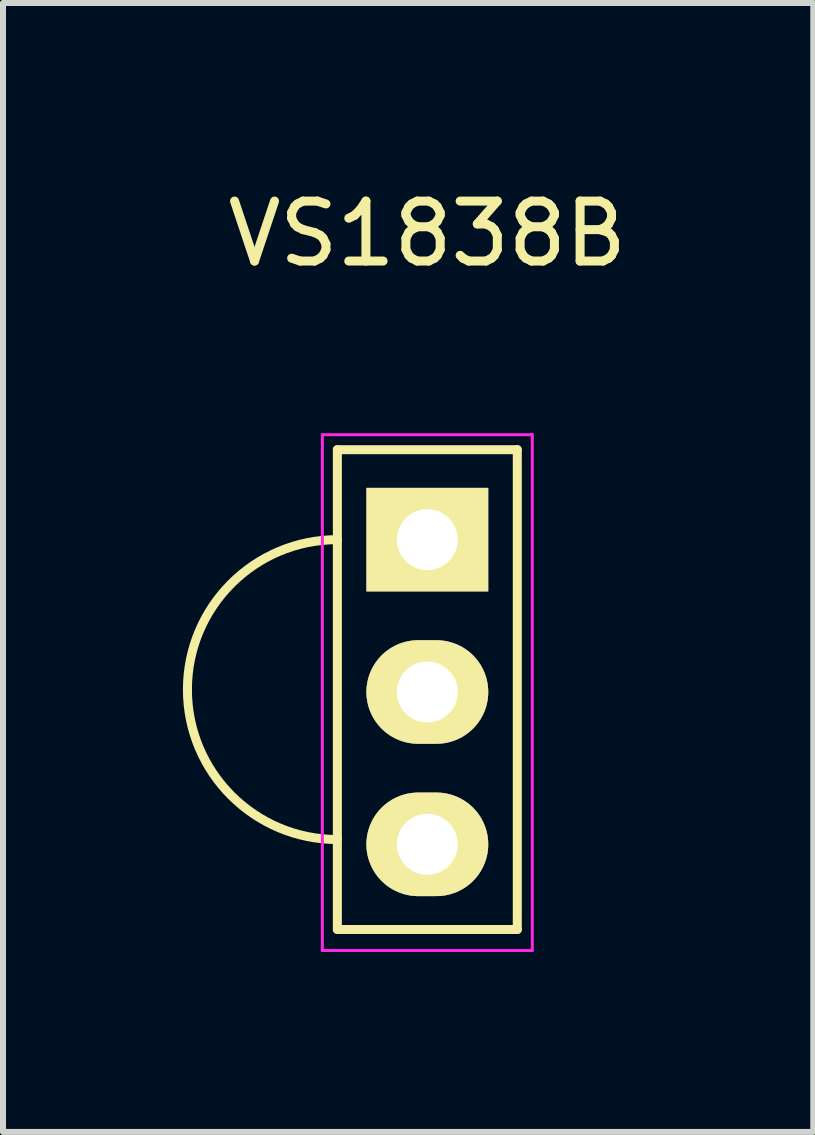
<source format=kicad_pcb>
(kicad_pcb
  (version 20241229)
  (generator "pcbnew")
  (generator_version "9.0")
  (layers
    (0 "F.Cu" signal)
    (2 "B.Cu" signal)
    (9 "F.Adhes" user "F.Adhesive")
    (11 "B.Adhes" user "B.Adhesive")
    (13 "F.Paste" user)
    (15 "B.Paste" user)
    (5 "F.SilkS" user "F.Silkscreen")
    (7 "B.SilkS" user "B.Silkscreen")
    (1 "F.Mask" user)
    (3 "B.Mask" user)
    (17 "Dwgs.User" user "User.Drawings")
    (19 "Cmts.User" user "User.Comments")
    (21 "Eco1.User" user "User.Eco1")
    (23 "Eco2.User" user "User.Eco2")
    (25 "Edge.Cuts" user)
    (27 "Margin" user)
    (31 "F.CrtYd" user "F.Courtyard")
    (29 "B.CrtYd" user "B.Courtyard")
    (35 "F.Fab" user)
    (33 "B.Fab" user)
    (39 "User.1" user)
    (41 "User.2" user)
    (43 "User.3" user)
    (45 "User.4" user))
  (footprint "VS1838B"
    (layer "F.Cu")
    (at 4.075 5.948)
    (property "Reference" "VS1838B" (at 0 -5.1 0) (layer "F.SilkS") (effects (font (size 1 1) (thickness 0.15))))
    (attr through_hole)
    (fp_line (start -1.5 -1.5) (end -1.5 6.5) (stroke (width 0.15) (type solid)) (layer "F.SilkS"))
    (fp_line (start -1.5 6.5) (end 1.5 6.5) (stroke (width 0.15) (type solid)) (layer "F.SilkS"))
    (fp_line (start 1.5 -1.5) (end -1.5 -1.5) (stroke (width 0.15) (type solid)) (layer "F.SilkS"))
    (fp_line (start 1.5 6.5) (end 1.5 -1.5) (stroke (width 0.15) (type solid)) (layer "F.SilkS"))
    (fp_arc (start -4 2.5) (mid -3.267767 0.732233) (end -1.5 0) (stroke (width 0.15) (type solid)) (layer "F.SilkS"))
    (fp_arc (start -1.5 5) (mid -3.267767 4.267767) (end -4 2.5) (stroke (width 0.15) (type solid)) (layer "F.SilkS"))
    (fp_line (start -1.75 -1.75) (end -1.75 6.85) (stroke (width 0.05) (type solid)) (layer "F.CrtYd"))
    (fp_line (start -1.75 -1.75) (end 1.75 -1.75) (stroke (width 0.05) (type solid)) (layer "F.CrtYd"))
    (fp_line (start -1.75 6.85) (end 1.75 6.85) (stroke (width 0.05) (type solid)) (layer "F.CrtYd"))
    (fp_line (start 1.75 -1.75) (end 1.75 6.85) (stroke (width 0.05) (type solid)) (layer "F.CrtYd"))
    (pad "1" thru_hole rect (at 0 0) (size 2.032 1.727) (drill 1.016) (layers "*.Cu" "*.Mask" "F.SilkS"))
    (pad "2" thru_hole oval (at 0 2.54) (size 2.032 1.727) (drill 1.016) (layers "*.Cu" "*.Mask" "F.SilkS"))
    (pad "3" thru_hole oval (at 0 5.08) (size 2.032 1.727) (drill 1.016) (layers "*.Cu" "*.Mask" "F.SilkS")))
  (gr_rect
    (start -3 -3)
    (end 10.51 15.823)
    (stroke (width 0.1) (type default))
    (fill no)
    (layer "Edge.Cuts")))
</source>
